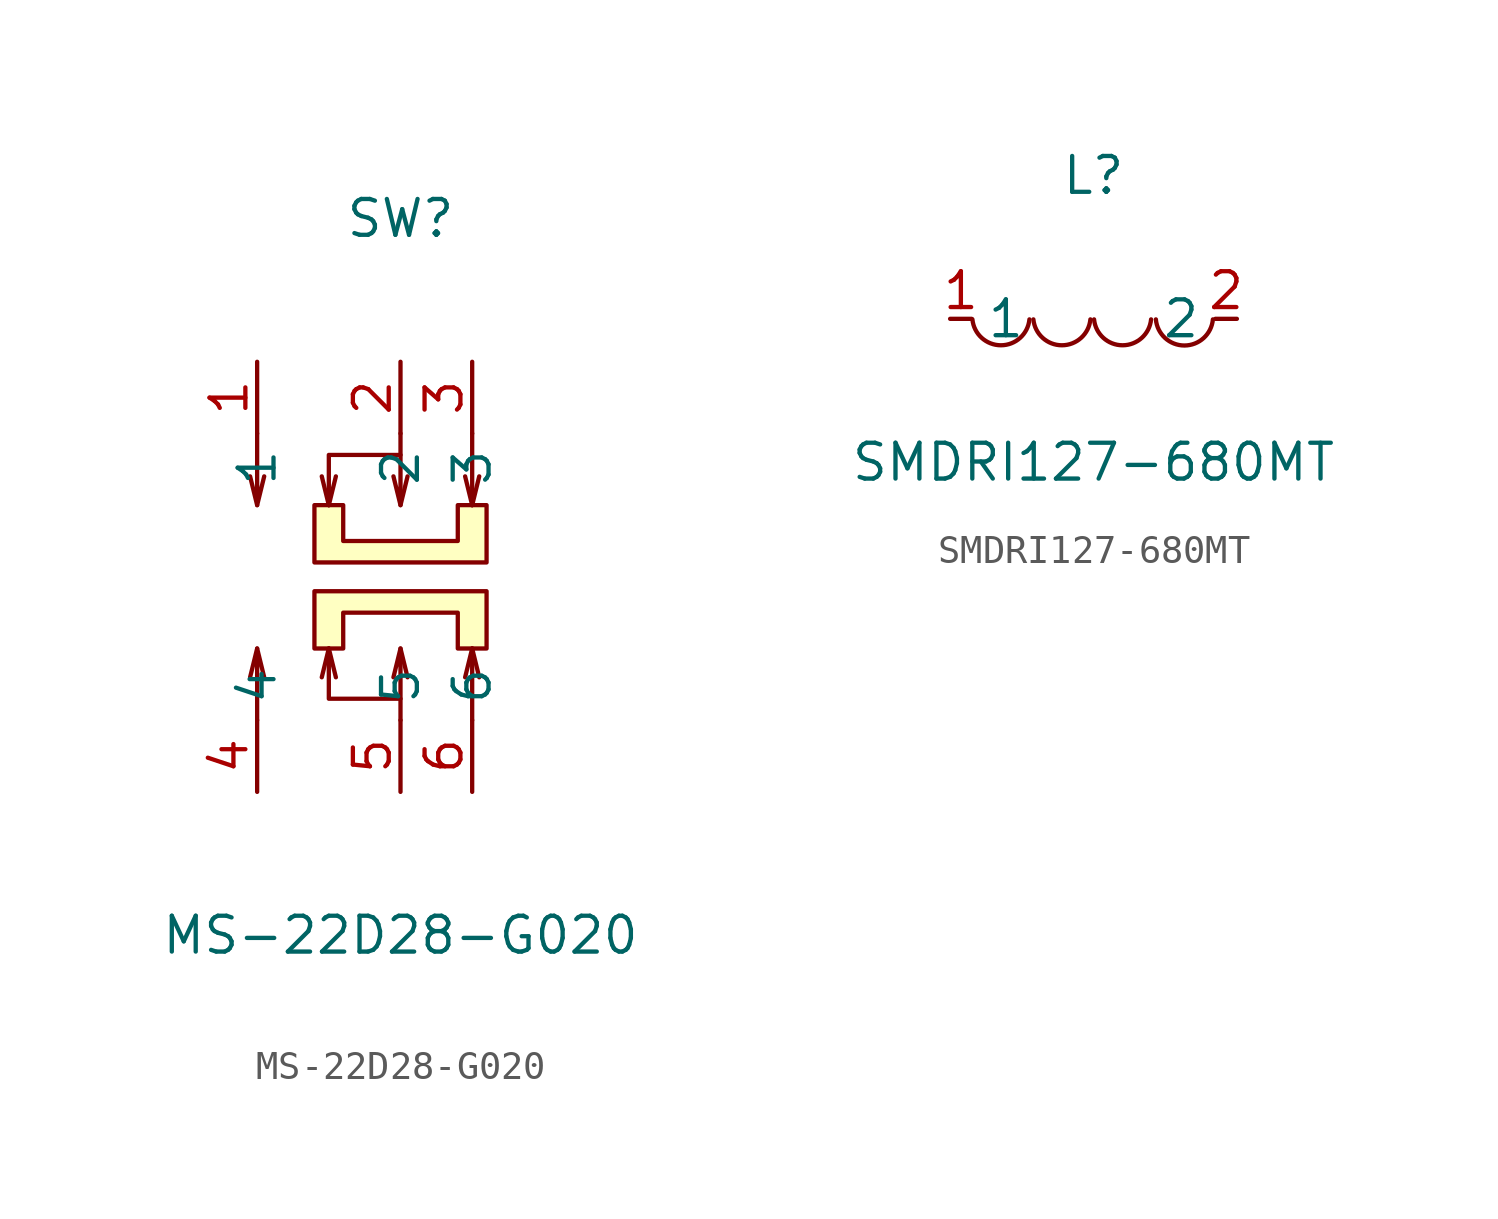
<source format=kicad_sym>
(kicad_symbol_lib
  (version 20211014)
  (generator https://github.com/uPesy/easyeda2kicad.py)
  (symbol "MS-22D28-G020"
    (property "Reference" "SW"
      (at 0 12.70 0)
      (effects (font (size 1.27 1.27))))
    (property "Value" "MS-22D28-G020"
      (at 0 -12.70 0)
      (effects (font (size 1.27 1.27))))
    (symbol "MS-22D28-G020_0_1"
      (polyline (pts (xy -3.05 1.27) (xy -3.05 2.54) (xy -2.03 2.54) (xy -2.03 1.27) (xy 2.03 1.27) (xy 2.03 2.54) (xy 3.05 2.54) (xy 3.05 0.51) (xy -3.05 0.51) (xy -3.05 1.27)) (stroke (width 0) (type default) (color 0 0 0 0)) (fill (type background)))
      (polyline (pts (xy 0.00 5.08) (xy 0.00 2.54) (xy -0.25 3.56)) (stroke (width 0) (type default) (color 0 0 0 0)) (fill (type none)))
      (polyline (pts (xy 0.00 2.54) (xy 0.25 3.56)) (stroke (width 0) (type default) (color 0 0 0 0)) (fill (type none)))
      (polyline (pts (xy 2.54 2.54) (xy 2.54 5.08)) (stroke (width 0) (type default) (color 0 0 0 0)) (fill (type none)))
      (polyline (pts (xy 2.54 2.54) (xy 2.79 3.56)) (stroke (width 0) (type default) (color 0 0 0 0)) (fill (type none)))
      (polyline (pts (xy 2.54 2.54) (xy 2.29 3.56)) (stroke (width 0) (type default) (color 0 0 0 0)) (fill (type none)))
      (polyline (pts (xy -2.54 2.54) (xy -2.54 4.32) (xy 0.00 4.32)) (stroke (width 0) (type default) (color 0 0 0 0)) (fill (type none)))
      (polyline (pts (xy -2.54 2.54) (xy -2.29 3.56)) (stroke (width 0) (type default) (color 0 0 0 0)) (fill (type none)))
      (polyline (pts (xy -2.54 2.54) (xy -2.79 3.56)) (stroke (width 0) (type default) (color 0 0 0 0)) (fill (type none)))
      (polyline (pts (xy -5.08 5.08) (xy -5.08 2.54) (xy -4.83 3.56)) (stroke (width 0) (type default) (color 0 0 0 0)) (fill (type none)))
      (polyline (pts (xy -5.08 2.54) (xy -5.33 3.56)) (stroke (width 0) (type default) (color 0 0 0 0)) (fill (type none)))
      (polyline (pts (xy -5.08 -2.54) (xy -5.33 -3.56)) (stroke (width 0) (type default) (color 0 0 0 0)) (fill (type none)))
      (polyline (pts (xy -5.08 -5.08) (xy -5.08 -2.54) (xy -4.83 -3.56)) (stroke (width 0) (type default) (color 0 0 0 0)) (fill (type none)))
      (polyline (pts (xy -2.54 -2.54) (xy -2.79 -3.56)) (stroke (width 0) (type default) (color 0 0 0 0)) (fill (type none)))
      (polyline (pts (xy -2.54 -2.54) (xy -2.29 -3.56)) (stroke (width 0) (type default) (color 0 0 0 0)) (fill (type none)))
      (polyline (pts (xy -2.54 -2.54) (xy -2.54 -4.32) (xy 0.00 -4.32)) (stroke (width 0) (type default) (color 0 0 0 0)) (fill (type none)))
      (polyline (pts (xy 2.54 -2.54) (xy 2.29 -3.56)) (stroke (width 0) (type default) (color 0 0 0 0)) (fill (type none)))
      (polyline (pts (xy 2.54 -2.54) (xy 2.79 -3.56)) (stroke (width 0) (type default) (color 0 0 0 0)) (fill (type none)))
      (polyline (pts (xy 2.54 -2.54) (xy 2.54 -5.08)) (stroke (width 0) (type default) (color 0 0 0 0)) (fill (type none)))
      (polyline (pts (xy 0.00 -2.54) (xy 0.25 -3.56)) (stroke (width 0) (type default) (color 0 0 0 0)) (fill (type none)))
      (polyline (pts (xy 0.00 -5.08) (xy 0.00 -2.54) (xy -0.25 -3.56)) (stroke (width 0) (type default) (color 0 0 0 0)) (fill (type none)))
      (polyline (pts (xy -3.05 -1.27) (xy -3.05 -2.54) (xy -2.03 -2.54) (xy -2.03 -1.27) (xy 2.03 -1.27) (xy 2.03 -2.54) (xy 3.05 -2.54) (xy 3.05 -0.51) (xy -3.05 -0.51) (xy -3.05 -1.27)) (stroke (width 0) (type default) (color 0 0 0 0)) (fill (type background)))
      (pin unspecified line (at -5.08 7.62 270) (length 2.54) (name "1" (effects (font (size 1.27 1.27)))) (number "1" (effects (font (size 1.27 1.27)))))
      (pin unspecified line (at 0.00 7.62 270) (length 2.54) (name "2" (effects (font (size 1.27 1.27)))) (number "2" (effects (font (size 1.27 1.27)))))
      (pin unspecified line (at 2.54 7.62 270) (length 2.54) (name "3" (effects (font (size 1.27 1.27)))) (number "3" (effects (font (size 1.27 1.27)))))
      (pin unspecified line (at -5.08 -7.62 90) (length 2.54) (name "4" (effects (font (size 1.27 1.27)))) (number "4" (effects (font (size 1.27 1.27)))))
      (pin unspecified line (at 0.00 -7.62 90) (length 2.54) (name "5" (effects (font (size 1.27 1.27)))) (number "5" (effects (font (size 1.27 1.27)))))
      (pin unspecified line (at 2.54 -7.62 90) (length 2.54) (name "6" (effects (font (size 1.27 1.27)))) (number "6" (effects (font (size 1.27 1.27)))))))
  (symbol "SMDRI127-680MT"
    (property "Reference" "L"
      (at 0 5.08 0)
      (effects (font (size 1.27 1.27))))
    (property "Value" "SMDRI127-680MT"
      (at 0 -5.08 0)
      (effects (font (size 1.27 1.27))))
    (symbol "SMDRI127-680MT_0_1"
      (arc (start -4.29 -0.02) (mid -2.52 -0.79) (end -2.27 -0.02) (stroke (width 0) (type default) (color 0 0 0 0)) (fill (type none)))
      (arc (start -2.13 -0.02) (mid -0.36 -0.79) (end -0.11 -0.02) (stroke (width 0) (type default) (color 0 0 0 0)) (fill (type none)))
      (arc (start 0.02 -0.02) (mid 1.79 -0.79) (end 2.04 -0.02) (stroke (width 0) (type default) (color 0 0 0 0)) (fill (type none)))
      (arc (start 2.21 -0.02) (mid 3.30 -1.12) (end 4.23 -0.02) (stroke (width 0) (type default) (color 0 0 0 0)) (fill (type none)))
      (pin unspecified line (at 5.08 -0.00 180) (length 0.762) (name "2" (effects (font (size 1.27 1.27)))) (number "2" (effects (font (size 1.27 1.27)))))
      (pin unspecified line (at -5.08 -0.00 0) (length 0.762) (name "1" (effects (font (size 1.27 1.27)))) (number "1" (effects (font (size 1.27 1.27))))))))
</source>
